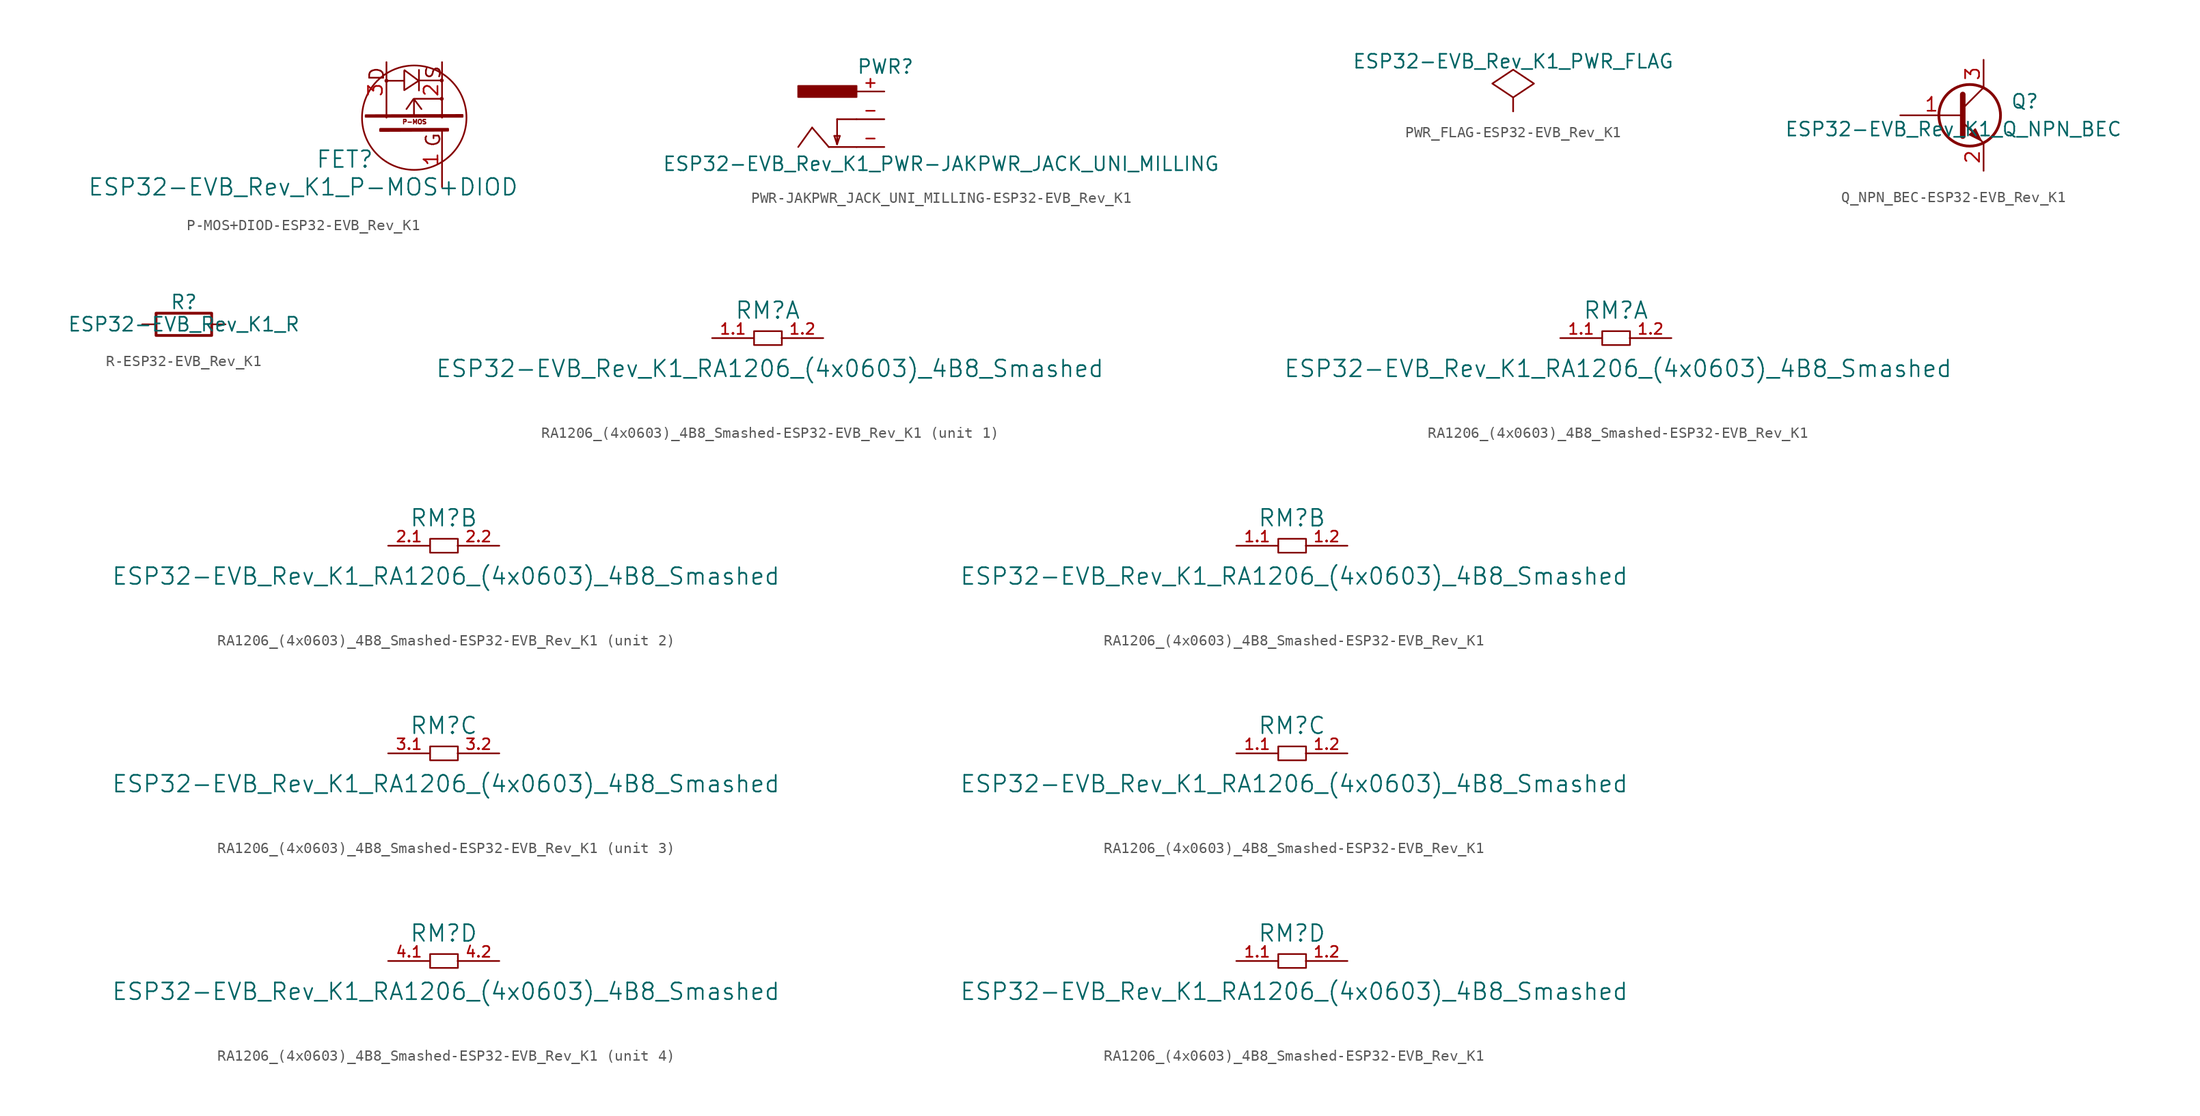
<source format=kicad_sym>
(kicad_symbol_lib
  (version 20231120)
  (generator "kicad_symbol_editor")
  (generator_version "8.0")
  (symbol "P-MOS+DIOD-ESP32-EVB_Rev_K1"
    (pin_names
      (offset 1.016))
    (property "Reference" "FET"
      (at -6.35 -3.81 0)
      (effects (font (size 1.524 1.524))))
    (property "Value" "ESP32-EVB_Rev_K1_P-MOS+DIOD"
      (at -10.16 -6.35 0)
      (effects (font (size 1.524 1.524))))
    (property "Footprint" ""
      (at 0 0 0)
      (effects (font (size 1.524 1.524))))
    (property "Datasheet" ""
      (at 0 0 0)
      (effects (font (size 1.524 1.524))))
    (symbol "P-MOS+DIOD-ESP32-EVB_Rev_K1_0_0"
      (circle (center -2.54 3.378) (radius 0.102) (stroke (width 0) (type solid)) (fill (type none)))
      (polyline (pts (xy -0.025 1.702) (xy 0.66 0.787)) (stroke (width 0) (type solid)) (fill (type none)))
      (polyline (pts (xy 0.432 4.369) (xy 0.432 2.489)) (stroke (width 0) (type solid)) (fill (type none)))
      (polyline (pts (xy 0.457 3.404) (xy 2.489 3.404)) (stroke (width 0) (type solid)) (fill (type none)))
      (polyline (pts (xy -0.076 1.702) (xy -0.711 0.787) (xy -0.686 0.838)) (stroke (width 0) (type solid)) (fill (type none)))
      (polyline (pts (xy -0.025 0.254) (xy -0.025 1.727) (xy 2.515 1.727)) (stroke (width 0) (type solid)) (fill (type none)))
      (polyline (pts (xy -2.515 3.378) (xy -0.914 3.378) (xy -0.914 4.293) (xy -0.914 2.515) (xy 0.406 3.378) (xy -0.889 4.343)) (stroke (width 0) (type solid)) (fill (type none)))
      (polyline (pts (xy -4.445 0.229) (xy 4.42 0.254) (xy 4.42 0.076) (xy -4.42 0.076) (xy -4.445 0.076) (xy -4.445 0.152) (xy 4.293 0.152)) (stroke (width 0) (type solid)) (fill (type none)))
      (polyline (pts (xy -3.099 -1.016) (xy 3.099 -1.016) (xy 3.099 -1.194) (xy -3.073 -1.219) (xy -3.124 -1.219) (xy -3.124 -1.041) (xy -3.048 -1.143) (xy 2.997 -1.118)) (stroke (width 0) (type solid)) (fill (type none)))
      (circle (center 0 0) (radius 4.775) (stroke (width 0) (type solid)) (fill (type none)))
      (circle (center 2.515 1.727) (radius 0.102) (stroke (width 0) (type solid)) (fill (type none)))
      (circle (center 2.515 3.404) (radius 0.102) (stroke (width 0) (type solid)) (fill (type none)))
      (text "D" (at -3.429 3.988 900) (effects (font (size 1.27 1.27))))
      (text "G" (at 1.727 -2.032 900) (effects (font (size 1.27 1.27))))
      (text "P-MOS" (at 0.025 -0.381 0) (effects (font (size 0.406 0.406))))
      (text "S" (at 1.753 4.14 900) (effects (font (size 1.27 1.27)))))
    (symbol "P-MOS+DIOD-ESP32-EVB_Rev_K1_1_1"
      (pin input line (at 2.54 -6.35 90) (length 5.08) (name "~" (effects (font (size 1.27 1.27)))) (number "1" (effects (font (size 1.27 1.27)))))
      (pin passive line (at 2.54 5.08 270) (length 5.08) (name "~" (effects (font (size 1.27 1.27)))) (number "2" (effects (font (size 1.27 1.27)))))
      (pin passive line (at -2.54 5.08 270) (length 5.08) (name "~" (effects (font (size 1.27 1.27)))) (number "3" (effects (font (size 1.27 1.27)))))))
  (symbol "PWR-JAKPWR_JACK_UNI_MILLING-ESP32-EVB_Rev_K1"
    (pin_names
      (offset 1.016) hide)
    (property "Reference" "PWR"
      (at 2.54 4.064 0)
      (effects (font (size 1.27 1.27)) (justify left bottom)))
    (property "Value" "ESP32-EVB_Rev_K1_PWR-JAKPWR_JACK_UNI_MILLING"
      (at -15.24 -4.826 0)
      (effects (font (size 1.27 1.27)) (justify left bottom)))
    (property "Datasheet" ""
      (at 0 0 0)
      (effects (font (size 1.524 1.524))))
    (symbol "PWR-JAKPWR_JACK_UNI_MILLING-ESP32-EVB_Rev_K1_1_0"
      (polyline (pts (xy -1.524 -0.762) (xy -2.794 -2.54)) (stroke (width 0) (type solid)) (fill (type none)))
      (polyline (pts (xy 0 -2.54) (xy -1.524 -0.762)) (stroke (width 0) (type solid)) (fill (type none)))
      (polyline (pts (xy 0.508 -1.524) (xy 1.016 -1.524)) (stroke (width 0) (type solid)) (fill (type none)))
      (polyline (pts (xy 0.762 -2.286) (xy 0.508 -1.524)) (stroke (width 0) (type solid)) (fill (type none)))
      (polyline (pts (xy 0.762 0) (xy 0.762 -2.286)) (stroke (width 0) (type solid)) (fill (type none)))
      (polyline (pts (xy 1.016 -1.524) (xy 0.762 -2.286)) (stroke (width 0) (type solid)) (fill (type none)))
      (polyline (pts (xy 2.54 -2.54) (xy 0 -2.54)) (stroke (width 0) (type solid)) (fill (type none)))
      (polyline (pts (xy 2.54 0) (xy 0.762 0)) (stroke (width 0) (type solid)) (fill (type none))))
    (symbol "PWR-JAKPWR_JACK_UNI_MILLING-ESP32-EVB_Rev_K1_1_1"
      (rectangle (start 2.54 2.032) (end -2.794 3.048) (stroke (width 0) (type solid)) (fill (type outline)))
      (pin passive line (at 5.08 2.54 180) (length 2.54) (name "+" (effects (font (size 1.016 1.016)))) (number "+" (effects (font (size 1.016 1.016)))))
      (pin passive line (at 5.08 -2.54 180) (length 2.54) (name "-" (effects (font (size 1.016 1.016)))) (number "-" (effects (font (size 1.016 1.016)))))
      (pin passive line (at 5.08 0 180) (length 2.54) (name "-" (effects (font (size 1.016 1.016)))) (number "-" (effects (font (size 1.016 1.016)))))))
  (symbol "PWR_FLAG-ESP32-EVB_Rev_K1"
    (power)
    (pin_numbers hide)
    (pin_names
      (offset 0) hide)
    (property "Reference" "#FLG"
      (at 0 2.413 0)
      (effects (font (size 1.27 1.27)) (hide yes)))
    (property "Value" "ESP32-EVB_Rev_K1_PWR_FLAG"
      (at 0 4.572 0)
      (effects (font (size 1.27 1.27))))
    (property "Footprint" ""
      (at 0 0 0)
      (effects (font (size 1.524 1.524))))
    (property "Datasheet" ""
      (at 0 0 0)
      (effects (font (size 1.524 1.524))))
    (symbol "PWR_FLAG-ESP32-EVB_Rev_K1_0_0"
      (pin power_out line (at 0 0 90) (length 0) (name "pwr" (effects (font (size 0.508 0.508)))) (number "1" (effects (font (size 0.508 0.508))))))
    (symbol "PWR_FLAG-ESP32-EVB_Rev_K1_0_1"
      (polyline (pts (xy 0 0) (xy 0 1.27) (xy -1.905 2.54) (xy 0 3.81) (xy 1.905 2.54) (xy 0 1.27)) (stroke (width 0) (type solid)) (fill (type none)))))
  (symbol "Q_NPN_BEC-ESP32-EVB_Rev_K1"
    (pin_names
      (offset 0) hide)
    (property "Reference" "Q"
      (at 7.62 1.27 0)
      (effects (font (size 1.27 1.27)) (justify right)))
    (property "Value" "ESP32-EVB_Rev_K1_Q_NPN_BEC"
      (at 15.24 -1.27 0)
      (effects (font (size 1.27 1.27)) (justify right)))
    (property "Footprint" ""
      (at 5.08 2.54 0)
      (effects (font (size 0.737 0.737))))
    (property "Datasheet" ""
      (at 0 0 0)
      (effects (font (size 1.524 1.524))))
    (symbol "Q_NPN_BEC-ESP32-EVB_Rev_K1_0_1"
      (polyline (pts (xy 0.635 0.635) (xy 2.54 2.54)) (stroke (width 0) (type solid)) (fill (type none)))
      (polyline (pts (xy 0.635 -0.635) (xy 2.54 -2.54) (xy 2.54 -2.54)) (stroke (width 0) (type solid)) (fill (type none)))
      (polyline (pts (xy 0.635 1.905) (xy 0.635 -1.905) (xy 0.635 -1.905)) (stroke (width 0.508) (type solid)) (fill (type none)))
      (polyline (pts (xy 1.27 -1.778) (xy 1.778 -1.27) (xy 2.286 -2.286) (xy 1.27 -1.778) (xy 1.27 -1.778)) (stroke (width 0) (type solid)) (fill (type outline)))
      (circle (center 1.27 0) (radius 2.819) (stroke (width 0.254) (type solid)) (fill (type none))))
    (symbol "Q_NPN_BEC-ESP32-EVB_Rev_K1_1_1"
      (pin passive line (at -5.08 0 0) (length 5.715) (name "B" (effects (font (size 1.27 1.27)))) (number "1" (effects (font (size 1.27 1.27)))))
      (pin passive line (at 2.54 -5.08 90) (length 2.54) (name "E" (effects (font (size 1.27 1.27)))) (number "2" (effects (font (size 1.27 1.27)))))
      (pin passive line (at 2.54 5.08 270) (length 2.54) (name "C" (effects (font (size 1.27 1.27)))) (number "3" (effects (font (size 1.27 1.27)))))))
  (symbol "R-ESP32-EVB_Rev_K1"
    (pin_numbers hide)
    (pin_names
      (offset 0))
    (property "Reference" "R"
      (at 0 2.032 0)
      (effects (font (size 1.27 1.27))))
    (property "Value" "ESP32-EVB_Rev_K1_R"
      (at 0 0 0)
      (effects (font (size 1.27 1.27))))
    (property "Footprint" ""
      (at 0 -1.778 0)
      (effects (font (size 0.762 0.762))))
    (property "Datasheet" ""
      (at 0 0 90)
      (effects (font (size 0.762 0.762))))
    (symbol "R-ESP32-EVB_Rev_K1_0_1"
      (rectangle (start 2.54 -1.016) (end -2.54 1.016) (stroke (width 0.254) (type solid)) (fill (type none))))
    (symbol "R-ESP32-EVB_Rev_K1_1_1"
      (pin passive line (at -3.81 0 0) (length 1.27) (name "~" (effects (font (size 1.524 1.524)))) (number "1" (effects (font (size 1.524 1.524)))))
      (pin passive line (at 3.81 0 180) (length 1.27) (name "~" (effects (font (size 1.524 1.524)))) (number "2" (effects (font (size 1.524 1.524)))))))
  (symbol "RA1206_(4x0603)_4B8_Smashed-ESP32-EVB_Rev_K1"
    (pin_names
      (offset 1.016))
    (property "Reference" "RM"
      (at 0 6.35 0)
      (effects (font (size 1.524 1.524))))
    (property "Value" "ESP32-EVB_Rev_K1_RA1206_(4x0603)_4B8_Smashed"
      (at 0.203 1.016 0)
      (effects (font (size 1.524 1.524))))
    (property "Footprint" ""
      (at 1.27 -2.54 0)
      (effects (font (size 1.524 1.524))))
    (property "Datasheet" ""
      (at 1.27 -2.54 0)
      (effects (font (size 1.524 1.524))))
    (symbol "RA1206_(4x0603)_4B8_Smashed-ESP32-EVB_Rev_K1_0_0"
      (rectangle (start -1.245 4.445) (end 1.295 3.175) (stroke (width 0) (type solid)) (fill (type none))))
    (symbol "RA1206_(4x0603)_4B8_Smashed-ESP32-EVB_Rev_K1_1_1"
      (pin passive line (at -5.08 3.81 0) (length 3.81) (name "~" (effects (font (size 0.991 0.991)))) (number "1.1" (effects (font (size 0.991 0.991)))))
      (pin passive line (at 5.08 3.81 180) (length 3.81) (name "~" (effects (font (size 0.991 0.991)))) (number "1.2" (effects (font (size 0.991 0.991))))))
    (symbol "RA1206_(4x0603)_4B8_Smashed-ESP32-EVB_Rev_K1_1_2"
      (pin passive line (at -5.08 3.81 0) (length 3.81) (name "~" (effects (font (size 0.991 0.991)))) (number "1.1" (effects (font (size 0.991 0.991)))))
      (pin passive line (at 5.08 3.81 180) (length 3.81) (name "~" (effects (font (size 0.991 0.991)))) (number "1.2" (effects (font (size 0.991 0.991))))))
    (symbol "RA1206_(4x0603)_4B8_Smashed-ESP32-EVB_Rev_K1_2_1"
      (pin passive line (at -5.08 3.81 0) (length 3.81) (name "~" (effects (font (size 0.991 0.991)))) (number "2.1" (effects (font (size 0.991 0.991)))))
      (pin passive line (at 5.08 3.81 180) (length 3.81) (name "~" (effects (font (size 0.991 0.991)))) (number "2.2" (effects (font (size 0.991 0.991))))))
    (symbol "RA1206_(4x0603)_4B8_Smashed-ESP32-EVB_Rev_K1_2_2"
      (pin passive line (at -5.08 3.81 0) (length 3.81) (name "~" (effects (font (size 0.991 0.991)))) (number "1.1" (effects (font (size 0.991 0.991)))))
      (pin passive line (at 5.08 3.81 180) (length 3.81) (name "~" (effects (font (size 0.991 0.991)))) (number "1.2" (effects (font (size 0.991 0.991))))))
    (symbol "RA1206_(4x0603)_4B8_Smashed-ESP32-EVB_Rev_K1_3_1"
      (pin passive line (at -5.08 3.81 0) (length 3.81) (name "~" (effects (font (size 0.991 0.991)))) (number "3.1" (effects (font (size 0.991 0.991)))))
      (pin passive line (at 5.08 3.81 180) (length 3.81) (name "~" (effects (font (size 0.991 0.991)))) (number "3.2" (effects (font (size 0.991 0.991))))))
    (symbol "RA1206_(4x0603)_4B8_Smashed-ESP32-EVB_Rev_K1_3_2"
      (pin passive line (at -5.08 3.81 0) (length 3.81) (name "~" (effects (font (size 0.991 0.991)))) (number "1.1" (effects (font (size 0.991 0.991)))))
      (pin passive line (at 5.08 3.81 180) (length 3.81) (name "~" (effects (font (size 0.991 0.991)))) (number "1.2" (effects (font (size 0.991 0.991))))))
    (symbol "RA1206_(4x0603)_4B8_Smashed-ESP32-EVB_Rev_K1_4_1"
      (pin passive line (at -5.08 3.81 0) (length 3.81) (name "~" (effects (font (size 0.991 0.991)))) (number "4.1" (effects (font (size 0.991 0.991)))))
      (pin passive line (at 5.08 3.81 180) (length 3.81) (name "~" (effects (font (size 0.991 0.991)))) (number "4.2" (effects (font (size 0.991 0.991))))))
    (symbol "RA1206_(4x0603)_4B8_Smashed-ESP32-EVB_Rev_K1_4_2"
      (pin passive line (at -5.08 3.81 0) (length 3.81) (name "~" (effects (font (size 0.991 0.991)))) (number "1.1" (effects (font (size 0.991 0.991)))))
      (pin passive line (at 5.08 3.81 180) (length 3.81) (name "~" (effects (font (size 0.991 0.991)))) (number "1.2" (effects (font (size 0.991 0.991))))))))
</source>
